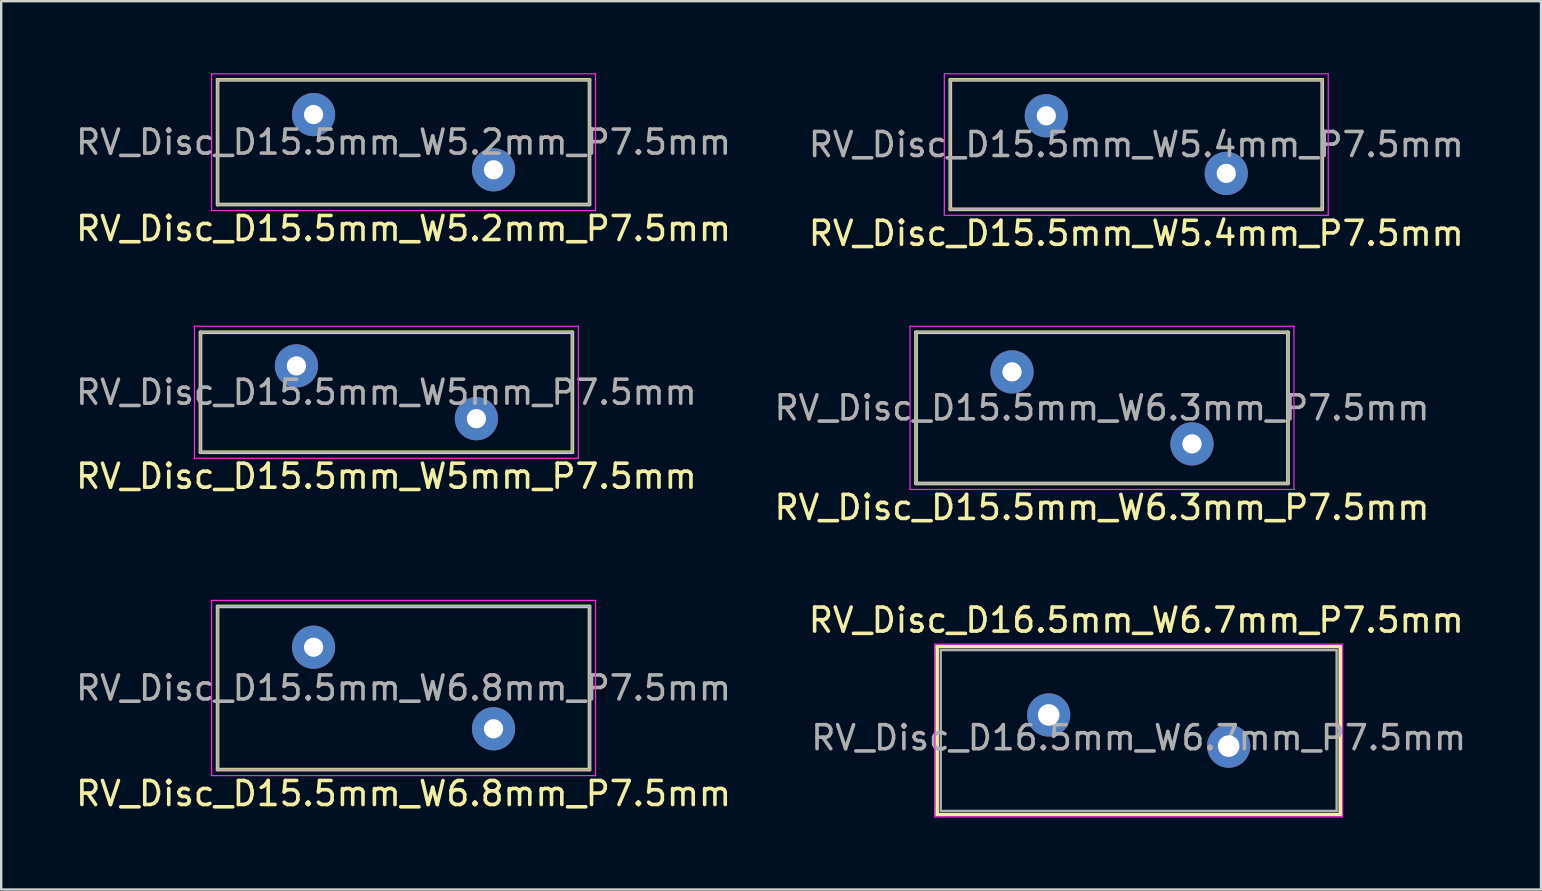
<source format=kicad_pcb>
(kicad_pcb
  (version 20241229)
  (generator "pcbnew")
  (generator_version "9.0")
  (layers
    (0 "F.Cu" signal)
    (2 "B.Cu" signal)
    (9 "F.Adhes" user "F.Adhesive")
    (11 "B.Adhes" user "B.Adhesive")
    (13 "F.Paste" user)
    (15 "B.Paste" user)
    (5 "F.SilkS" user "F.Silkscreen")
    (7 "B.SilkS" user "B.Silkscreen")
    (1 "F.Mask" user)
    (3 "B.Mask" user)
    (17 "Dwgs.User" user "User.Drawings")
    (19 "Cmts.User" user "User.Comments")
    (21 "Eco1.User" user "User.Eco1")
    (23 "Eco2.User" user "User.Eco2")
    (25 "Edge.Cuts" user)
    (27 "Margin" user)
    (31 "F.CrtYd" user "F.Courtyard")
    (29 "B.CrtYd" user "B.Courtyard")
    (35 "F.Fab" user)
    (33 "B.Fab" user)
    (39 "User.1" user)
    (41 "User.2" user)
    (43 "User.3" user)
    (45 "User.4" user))
  (footprint "RV_Disc_D15.5mm_W5.4mm_P7.5mm"
    (layer "F.Cu")
    (at 40.554 1.775)
    (property "Reference" "RV_Disc_D15.5mm_W5.4mm_P7.5mm" (at 3.75 4.9 0) (layer "F.SilkS") (effects (font (size 1 1) (thickness 0.15))))
    (attr through_hole)
    (fp_line (start -4 -1.5) (end -4 3.9) (stroke (width 0.15) (type solid)) (layer "F.SilkS"))
    (fp_line (start -4 -1.5) (end 11.5 -1.5) (stroke (width 0.15) (type solid)) (layer "F.SilkS"))
    (fp_line (start -4 3.9) (end 11.5 3.9) (stroke (width 0.15) (type solid)) (layer "F.SilkS"))
    (fp_line (start 11.5 -1.5) (end 11.5 3.9) (stroke (width 0.15) (type solid)) (layer "F.SilkS"))
    (fp_line (start -4.25 -1.75) (end -4.25 4.15) (stroke (width 0.05) (type solid)) (layer "F.CrtYd"))
    (fp_line (start -4.25 -1.75) (end 11.75 -1.75) (stroke (width 0.05) (type solid)) (layer "F.CrtYd"))
    (fp_line (start -4.25 4.15) (end 11.75 4.15) (stroke (width 0.05) (type solid)) (layer "F.CrtYd"))
    (fp_line (start 11.75 -1.75) (end 11.75 4.15) (stroke (width 0.05) (type solid)) (layer "F.CrtYd"))
    (fp_line (start -4 -1.5) (end -4 3.9) (stroke (width 0.1) (type solid)) (layer "F.Fab"))
    (fp_line (start -4 -1.5) (end 11.5 -1.5) (stroke (width 0.1) (type solid)) (layer "F.Fab"))
    (fp_line (start -4 3.9) (end 11.5 3.9) (stroke (width 0.1) (type solid)) (layer "F.Fab"))
    (fp_line (start 11.5 -1.5) (end 11.5 3.9) (stroke (width 0.1) (type solid)) (layer "F.Fab"))
    (fp_text user "${REFERENCE}" (at 3.75 1.2 0) (layer "F.Fab") (effects (font (size 1 1) (thickness 0.15))))
    (pad "1" thru_hole circle (at 0 0) (size 1.8 1.8) (drill 0.8) (layers "*.Cu" "*.Mask"))
    (pad "2" thru_hole circle (at 7.5 2.4) (size 1.8 1.8) (drill 0.8) (layers "*.Cu" "*.Mask")))
  (footprint "RV_Disc_D16.5mm_W6.7mm_P7.5mm"
    (layer "F.Cu")
    (at 40.654 26.745)
    (property "Reference" "RV_Disc_D16.5mm_W6.7mm_P7.5mm" (at 3.65 -3.95 0) (layer "F.SilkS") (effects (font (size 1 1) (thickness 0.15))))
    (attr through_hole)
    (fp_line (start -4.65 -2.85) (end -4.65 4.15) (stroke (width 0.15) (type solid)) (layer "F.SilkS"))
    (fp_line (start -4.65 -2.85) (end 12.15 -2.85) (stroke (width 0.15) (type solid)) (layer "F.SilkS"))
    (fp_line (start -4.65 4.15) (end 12.15 4.15) (stroke (width 0.15) (type solid)) (layer "F.SilkS"))
    (fp_line (start 12.15 -2.85) (end 12.15 4.15) (stroke (width 0.15) (type solid)) (layer "F.SilkS"))
    (fp_line (start -4.75 -2.95) (end -4.75 4.25) (stroke (width 0.05) (type solid)) (layer "F.CrtYd"))
    (fp_line (start -4.75 -2.95) (end 12.25 -2.95) (stroke (width 0.05) (type solid)) (layer "F.CrtYd"))
    (fp_line (start -4.75 4.25) (end 12.25 4.25) (stroke (width 0.05) (type solid)) (layer "F.CrtYd"))
    (fp_line (start 12.25 -2.95) (end 12.25 4.25) (stroke (width 0.05) (type solid)) (layer "F.CrtYd"))
    (fp_line (start -4.5 -2.7) (end -4.5 4) (stroke (width 0.1) (type solid)) (layer "F.Fab"))
    (fp_line (start -4.5 -2.7) (end 12 -2.7) (stroke (width 0.1) (type solid)) (layer "F.Fab"))
    (fp_line (start -4.5 4) (end 12 4) (stroke (width 0.1) (type solid)) (layer "F.Fab"))
    (fp_line (start 12 -2.7) (end 12 4) (stroke (width 0.1) (type solid)) (layer "F.Fab"))
    (fp_text user "${REFERENCE}" (at 3.75 0.95 0) (layer "F.Fab") (effects (font (size 1 1) (thickness 0.15))))
    (pad "1" thru_hole circle (at 0 0) (size 1.8 1.8) (drill 0.9) (layers "*.Cu" "*.Mask"))
    (pad "2" thru_hole circle (at 7.5 1.3) (size 1.8 1.8) (drill 0.9) (layers "*.Cu" "*.Mask")))
  (footprint "RV_Disc_D15.5mm_W5mm_P7.5mm"
    (layer "F.Cu")
    (at 9.304 12.198)
    (property "Reference" "RV_Disc_D15.5mm_W5mm_P7.5mm" (at 3.75 4.6 0) (layer "F.SilkS") (effects (font (size 1 1) (thickness 0.15))))
    (attr through_hole)
    (fp_line (start -4 -1.4) (end -4 3.6) (stroke (width 0.15) (type solid)) (layer "F.SilkS"))
    (fp_line (start -4 -1.4) (end 11.5 -1.4) (stroke (width 0.15) (type solid)) (layer "F.SilkS"))
    (fp_line (start -4 3.6) (end 11.5 3.6) (stroke (width 0.15) (type solid)) (layer "F.SilkS"))
    (fp_line (start 11.5 -1.4) (end 11.5 3.6) (stroke (width 0.15) (type solid)) (layer "F.SilkS"))
    (fp_line (start -4.25 -1.65) (end -4.25 3.85) (stroke (width 0.05) (type solid)) (layer "F.CrtYd"))
    (fp_line (start -4.25 -1.65) (end 11.75 -1.65) (stroke (width 0.05) (type solid)) (layer "F.CrtYd"))
    (fp_line (start -4.25 3.85) (end 11.75 3.85) (stroke (width 0.05) (type solid)) (layer "F.CrtYd"))
    (fp_line (start 11.75 -1.65) (end 11.75 3.85) (stroke (width 0.05) (type solid)) (layer "F.CrtYd"))
    (fp_line (start -4 -1.4) (end -4 3.6) (stroke (width 0.1) (type solid)) (layer "F.Fab"))
    (fp_line (start -4 -1.4) (end 11.5 -1.4) (stroke (width 0.1) (type solid)) (layer "F.Fab"))
    (fp_line (start -4 3.6) (end 11.5 3.6) (stroke (width 0.1) (type solid)) (layer "F.Fab"))
    (fp_line (start 11.5 -1.4) (end 11.5 3.6) (stroke (width 0.1) (type solid)) (layer "F.Fab"))
    (fp_text user "${REFERENCE}" (at 3.75 1.1 0) (layer "F.Fab") (effects (font (size 1 1) (thickness 0.15))))
    (pad "1" thru_hole circle (at 0 0) (size 1.8 1.8) (drill 0.8) (layers "*.Cu" "*.Mask"))
    (pad "2" thru_hole circle (at 7.5 2.2) (size 1.8 1.8) (drill 0.8) (layers "*.Cu" "*.Mask")))
  (footprint "RV_Disc_D15.5mm_W6.8mm_P7.5mm"
    (layer "F.Cu")
    (at 10.018 23.922)
    (property "Reference" "RV_Disc_D15.5mm_W6.8mm_P7.5mm" (at 3.75 6.1 0) (layer "F.SilkS") (effects (font (size 1 1) (thickness 0.15))))
    (attr through_hole)
    (fp_line (start -4 -1.7) (end -4 5.1) (stroke (width 0.15) (type solid)) (layer "F.SilkS"))
    (fp_line (start -4 -1.7) (end 11.5 -1.7) (stroke (width 0.15) (type solid)) (layer "F.SilkS"))
    (fp_line (start -4 5.1) (end 11.5 5.1) (stroke (width 0.15) (type solid)) (layer "F.SilkS"))
    (fp_line (start 11.5 -1.7) (end 11.5 5.1) (stroke (width 0.15) (type solid)) (layer "F.SilkS"))
    (fp_line (start -4.25 -1.95) (end -4.25 5.35) (stroke (width 0.05) (type solid)) (layer "F.CrtYd"))
    (fp_line (start -4.25 -1.95) (end 11.75 -1.95) (stroke (width 0.05) (type solid)) (layer "F.CrtYd"))
    (fp_line (start -4.25 5.35) (end 11.75 5.35) (stroke (width 0.05) (type solid)) (layer "F.CrtYd"))
    (fp_line (start 11.75 -1.95) (end 11.75 5.35) (stroke (width 0.05) (type solid)) (layer "F.CrtYd"))
    (fp_line (start -4 -1.7) (end -4 5.1) (stroke (width 0.1) (type solid)) (layer "F.Fab"))
    (fp_line (start -4 -1.7) (end 11.5 -1.7) (stroke (width 0.1) (type solid)) (layer "F.Fab"))
    (fp_line (start -4 5.1) (end 11.5 5.1) (stroke (width 0.1) (type solid)) (layer "F.Fab"))
    (fp_line (start 11.5 -1.7) (end 11.5 5.1) (stroke (width 0.1) (type solid)) (layer "F.Fab"))
    (fp_text user "${REFERENCE}" (at 3.75 1.7 0) (layer "F.Fab") (effects (font (size 1 1) (thickness 0.15))))
    (pad "1" thru_hole circle (at 0 0) (size 1.8 1.8) (drill 0.8) (layers "*.Cu" "*.Mask"))
    (pad "2" thru_hole circle (at 7.5 3.4) (size 1.8 1.8) (drill 0.8) (layers "*.Cu" "*.Mask")))
  (footprint "RV_Disc_D15.5mm_W5.2mm_P7.5mm"
    (layer "F.Cu")
    (at 10.018 1.725)
    (property "Reference" "RV_Disc_D15.5mm_W5.2mm_P7.5mm" (at 3.75 4.75 0) (layer "F.SilkS") (effects (font (size 1 1) (thickness 0.15))))
    (attr through_hole)
    (fp_line (start -4 -1.45) (end -4 3.75) (stroke (width 0.15) (type solid)) (layer "F.SilkS"))
    (fp_line (start -4 -1.45) (end 11.5 -1.45) (stroke (width 0.15) (type solid)) (layer "F.SilkS"))
    (fp_line (start -4 3.75) (end 11.5 3.75) (stroke (width 0.15) (type solid)) (layer "F.SilkS"))
    (fp_line (start 11.5 -1.45) (end 11.5 3.75) (stroke (width 0.15) (type solid)) (layer "F.SilkS"))
    (fp_line (start -4.25 -1.7) (end -4.25 4) (stroke (width 0.05) (type solid)) (layer "F.CrtYd"))
    (fp_line (start -4.25 -1.7) (end 11.75 -1.7) (stroke (width 0.05) (type solid)) (layer "F.CrtYd"))
    (fp_line (start -4.25 4) (end 11.75 4) (stroke (width 0.05) (type solid)) (layer "F.CrtYd"))
    (fp_line (start 11.75 -1.7) (end 11.75 4) (stroke (width 0.05) (type solid)) (layer "F.CrtYd"))
    (fp_line (start -4 -1.45) (end -4 3.75) (stroke (width 0.1) (type solid)) (layer "F.Fab"))
    (fp_line (start -4 -1.45) (end 11.5 -1.45) (stroke (width 0.1) (type solid)) (layer "F.Fab"))
    (fp_line (start -4 3.75) (end 11.5 3.75) (stroke (width 0.1) (type solid)) (layer "F.Fab"))
    (fp_line (start 11.5 -1.45) (end 11.5 3.75) (stroke (width 0.1) (type solid)) (layer "F.Fab"))
    (fp_text user "${REFERENCE}" (at 3.75 1.15 0) (layer "F.Fab") (effects (font (size 1 1) (thickness 0.15))))
    (pad "1" thru_hole circle (at 0 0) (size 1.8 1.8) (drill 0.8) (layers "*.Cu" "*.Mask"))
    (pad "2" thru_hole circle (at 7.5 2.3) (size 1.8 1.8) (drill 0.8) (layers "*.Cu" "*.Mask")))
  (footprint "RV_Disc_D15.5mm_W6.3mm_P7.5mm"
    (layer "F.Cu")
    (at 39.125 12.448)
    (property "Reference" "RV_Disc_D15.5mm_W6.3mm_P7.5mm" (at 3.75 5.65 0) (layer "F.SilkS") (effects (font (size 1 1) (thickness 0.15))))
    (attr through_hole)
    (fp_line (start -4 -1.65) (end -4 4.65) (stroke (width 0.15) (type solid)) (layer "F.SilkS"))
    (fp_line (start -4 -1.65) (end 11.5 -1.65) (stroke (width 0.15) (type solid)) (layer "F.SilkS"))
    (fp_line (start -4 4.65) (end 11.5 4.65) (stroke (width 0.15) (type solid)) (layer "F.SilkS"))
    (fp_line (start 11.5 -1.65) (end 11.5 4.65) (stroke (width 0.15) (type solid)) (layer "F.SilkS"))
    (fp_line (start -4.25 -1.9) (end -4.25 4.9) (stroke (width 0.05) (type solid)) (layer "F.CrtYd"))
    (fp_line (start -4.25 -1.9) (end 11.75 -1.9) (stroke (width 0.05) (type solid)) (layer "F.CrtYd"))
    (fp_line (start -4.25 4.9) (end 11.75 4.9) (stroke (width 0.05) (type solid)) (layer "F.CrtYd"))
    (fp_line (start 11.75 -1.9) (end 11.75 4.9) (stroke (width 0.05) (type solid)) (layer "F.CrtYd"))
    (fp_line (start -4 -1.65) (end -4 4.65) (stroke (width 0.1) (type solid)) (layer "F.Fab"))
    (fp_line (start -4 -1.65) (end 11.5 -1.65) (stroke (width 0.1) (type solid)) (layer "F.Fab"))
    (fp_line (start -4 4.65) (end 11.5 4.65) (stroke (width 0.1) (type solid)) (layer "F.Fab"))
    (fp_line (start 11.5 -1.65) (end 11.5 4.65) (stroke (width 0.1) (type solid)) (layer "F.Fab"))
    (fp_text user "${REFERENCE}" (at 3.75 1.5 0) (layer "F.Fab") (effects (font (size 1 1) (thickness 0.15))))
    (pad "1" thru_hole circle (at 0 0) (size 1.8 1.8) (drill 0.8) (layers "*.Cu" "*.Mask"))
    (pad "2" thru_hole circle (at 7.5 3) (size 1.8 1.8) (drill 0.8) (layers "*.Cu" "*.Mask")))
  (gr_rect
    (start -3 -3)
    (end 61.171 34.02)
    (stroke (width 0.1) (type default))
    (fill no)
    (layer "Edge.Cuts")))
</source>
